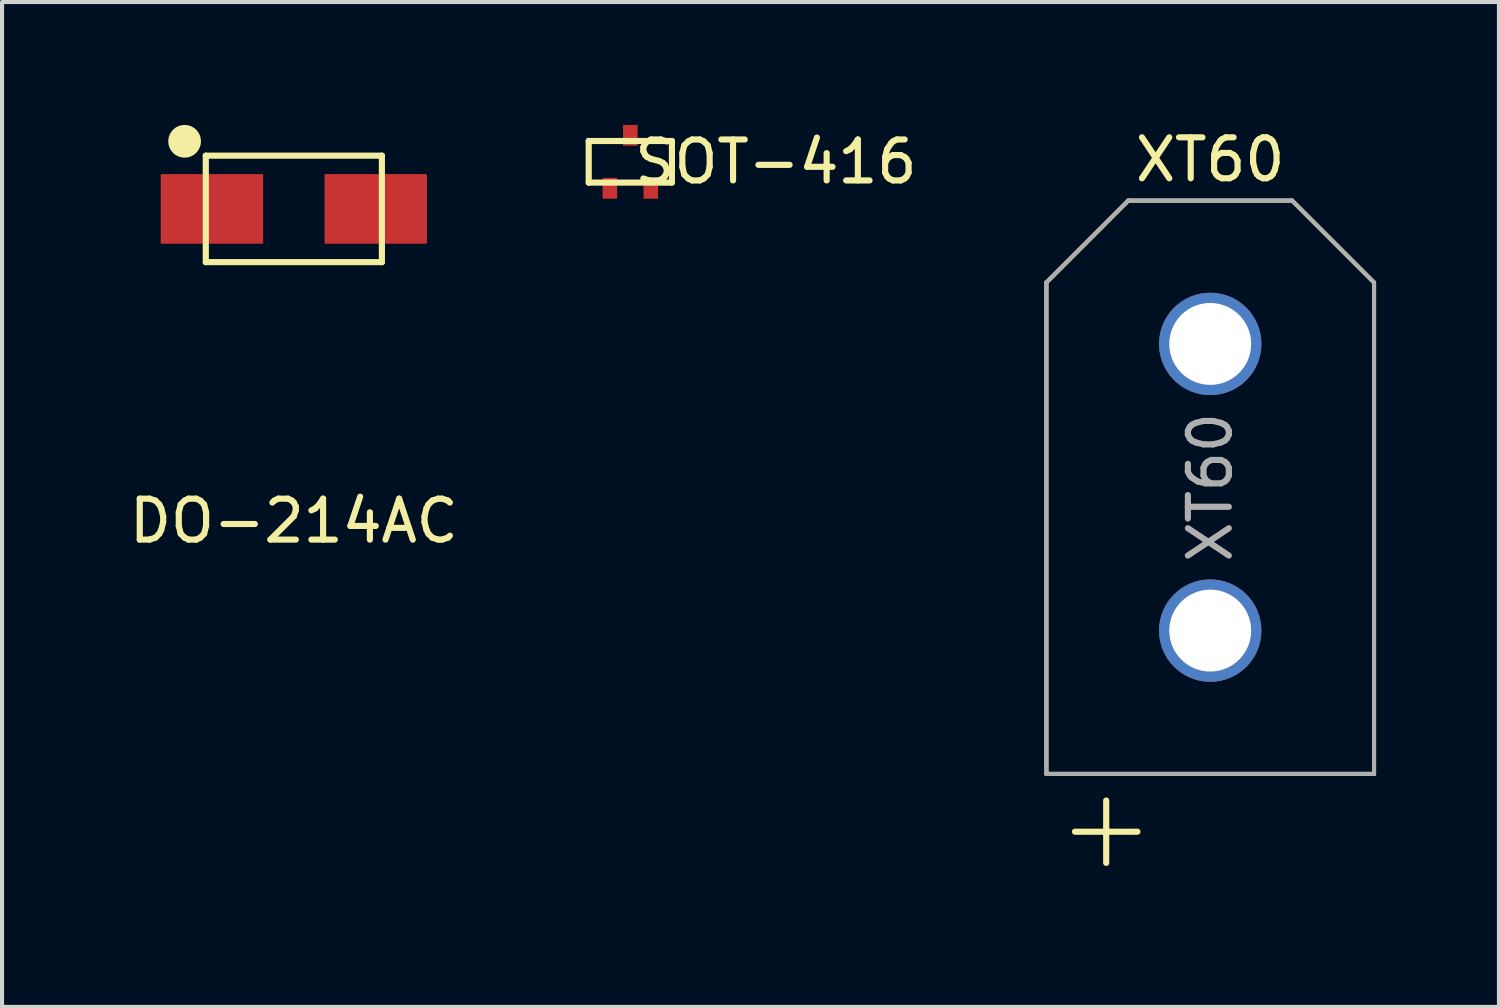
<source format=kicad_pcb>
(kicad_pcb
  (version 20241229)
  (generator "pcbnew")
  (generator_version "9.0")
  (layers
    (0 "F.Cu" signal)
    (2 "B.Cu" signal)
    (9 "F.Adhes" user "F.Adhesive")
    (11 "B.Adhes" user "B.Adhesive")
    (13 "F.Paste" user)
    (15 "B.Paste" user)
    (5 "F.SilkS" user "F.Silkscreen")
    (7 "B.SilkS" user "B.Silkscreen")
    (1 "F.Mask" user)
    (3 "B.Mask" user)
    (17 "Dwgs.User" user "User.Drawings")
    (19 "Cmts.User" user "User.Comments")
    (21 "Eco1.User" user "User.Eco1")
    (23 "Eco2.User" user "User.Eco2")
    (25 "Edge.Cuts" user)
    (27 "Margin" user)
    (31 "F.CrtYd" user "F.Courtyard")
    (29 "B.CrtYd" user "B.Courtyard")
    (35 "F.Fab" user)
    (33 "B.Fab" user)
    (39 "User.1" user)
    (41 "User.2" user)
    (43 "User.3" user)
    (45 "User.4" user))
  (footprint "XT60"
    (layer "F.Cu")
    (at 26.501 8.848)
    (property "Reference" "XT60" (at 0 -8 0) (layer "F.SilkS") (effects (font (size 1 1) (thickness 0.15))))
    (attr through_hole)
    (fp_line (start -4 -5) (end -4 7) (stroke (width 0.1) (type solid)) (layer "F.SilkS"))
    (fp_line (start -4 7) (end 4 7) (stroke (width 0.1) (type solid)) (layer "F.SilkS"))
    (fp_line (start -2 -7) (end -4 -5) (stroke (width 0.1) (type solid)) (layer "F.SilkS"))
    (fp_line (start 2 -7) (end -2 -7) (stroke (width 0.1) (type solid)) (layer "F.SilkS"))
    (fp_line (start 4 -5) (end 2 -7) (stroke (width 0.1) (type solid)) (layer "F.SilkS"))
    (fp_line (start 4 7) (end 4 -5) (stroke (width 0.1) (type solid)) (layer "F.SilkS"))
    (fp_line (start -4 -5) (end -4 7) (stroke (width 0.1) (type solid)) (layer "F.Fab"))
    (fp_line (start -4 7) (end 4 7) (stroke (width 0.1) (type solid)) (layer "F.Fab"))
    (fp_line (start -2 -7) (end -4 -5) (stroke (width 0.1) (type solid)) (layer "F.Fab"))
    (fp_line (start 2 -7) (end -2 -7) (stroke (width 0.1) (type solid)) (layer "F.Fab"))
    (fp_line (start 4 -5) (end 2 -7) (stroke (width 0.1) (type solid)) (layer "F.Fab"))
    (fp_line (start 4 7) (end 4 -5) (stroke (width 0.1) (type solid)) (layer "F.Fab"))
    (fp_text user "+" (at -2.54 8.255 0) (layer "F.SilkS") (effects (font (size 2 2) (thickness 0.15))))
    (fp_text user "${REFERENCE}" (at 0 0 90) (layer "F.Fab") (effects (font (size 1 1) (thickness 0.15))))
    (pad "1" thru_hole oval (at 0 3.5) (size 2.5 2.5) (drill 2) (layers "*.Cu" "*.Mask"))
    (pad "2" thru_hole oval (at 0 -3.5) (size 2.5 2.5) (drill 2) (layers "*.Cu" "*.Mask")))
  (footprint "DO-214AC"
    (layer "F.Cu")
    (at 4.125 2.051)
    (property "Reference" "DO-214AC" (at 0 7.62 0) (layer "F.SilkS") (effects (font (size 1 1) (thickness 0.15))))
    (attr through_hole)
    (fp_line (start -2.15 -1.3) (end -2.15 1.3) (stroke (width 0.15) (type solid)) (layer "F.SilkS"))
    (fp_line (start -2.15 -1.3) (end 2.15 -1.3) (stroke (width 0.15) (type solid)) (layer "F.SilkS"))
    (fp_line (start -2.15 1.3) (end 2.15 1.3) (stroke (width 0.15) (type solid)) (layer "F.SilkS"))
    (fp_line (start 2.15 -1.3) (end 2.15 1.3) (stroke (width 0.15) (type solid)) (layer "F.SilkS"))
    (fp_circle (center -2.667 -1.651) (end -2.667 -1.451) (stroke (width 0.4) (type solid)) (fill no) (layer "F.SilkS"))
    (pad "1" smd rect (at -2 0) (size 2.5 1.7) (layers "F.Cu" "F.Mask" "F.Paste"))
    (pad "2" smd rect (at 2 0) (size 2.5 1.7) (layers "F.Cu" "F.Mask" "F.Paste")))
  (footprint "SOT-416"
    (layer "F.Cu")
    (at 12.341 0.901)
    (property "Reference" "SOT-416" (at 3.556 0 0) (layer "F.SilkS") (effects (font (size 1 1) (thickness 0.15))))
    (attr through_hole)
    (fp_line (start -1.016 -0.508) (end 1.016 -0.508) (stroke (width 0.15) (type solid)) (layer "F.SilkS"))
    (fp_line (start -1.016 0.508) (end -1.016 -0.508) (stroke (width 0.15) (type solid)) (layer "F.SilkS"))
    (fp_line (start 1.016 -0.508) (end 1.016 0.508) (stroke (width 0.15) (type solid)) (layer "F.SilkS"))
    (fp_line (start 1.016 0.508) (end -1.016 0.508) (stroke (width 0.15) (type solid)) (layer "F.SilkS"))
    (pad "1" smd rect (at -0.5 0.647) (size 0.356 0.508) (layers "F.Cu" "F.Mask" "F.Paste"))
    (pad "2" smd rect (at 0.5 0.647) (size 0.356 0.508) (layers "F.Cu" "F.Mask" "F.Paste"))
    (pad "3" smd rect (at 0 -0.647) (size 0.356 0.508) (layers "F.Cu" "F.Mask" "F.Paste")))
  (gr_rect
    (start -3 -3)
    (end 33.551 21.537)
    (stroke (width 0.1) (type default))
    (fill no)
    (layer "Edge.Cuts")))
</source>
